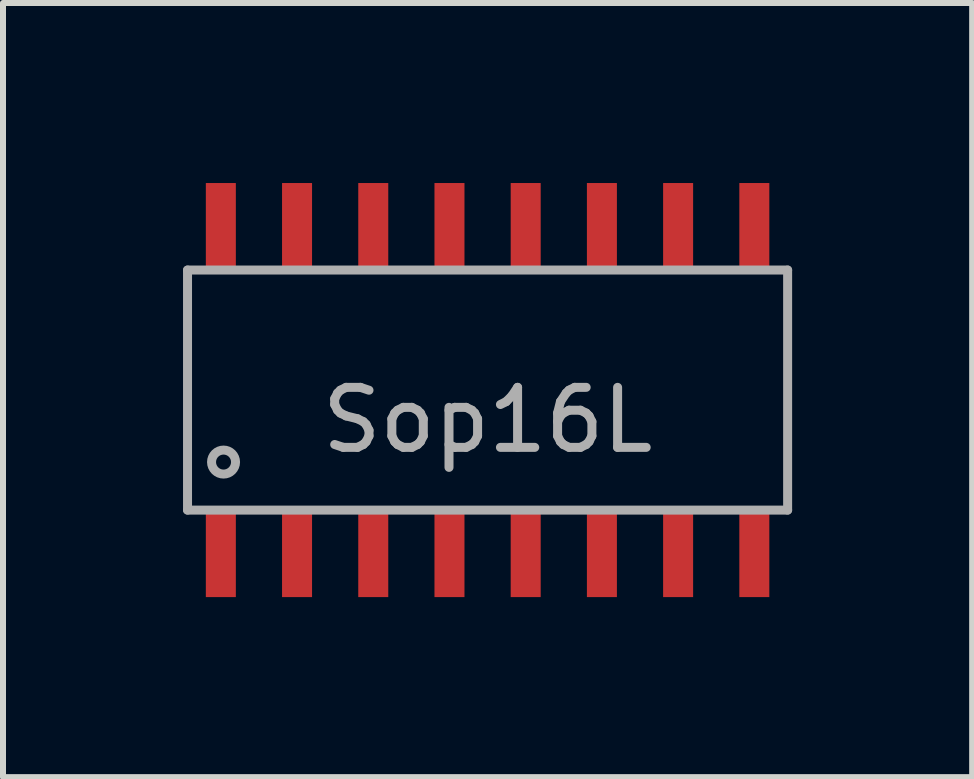
<source format=kicad_pcb>
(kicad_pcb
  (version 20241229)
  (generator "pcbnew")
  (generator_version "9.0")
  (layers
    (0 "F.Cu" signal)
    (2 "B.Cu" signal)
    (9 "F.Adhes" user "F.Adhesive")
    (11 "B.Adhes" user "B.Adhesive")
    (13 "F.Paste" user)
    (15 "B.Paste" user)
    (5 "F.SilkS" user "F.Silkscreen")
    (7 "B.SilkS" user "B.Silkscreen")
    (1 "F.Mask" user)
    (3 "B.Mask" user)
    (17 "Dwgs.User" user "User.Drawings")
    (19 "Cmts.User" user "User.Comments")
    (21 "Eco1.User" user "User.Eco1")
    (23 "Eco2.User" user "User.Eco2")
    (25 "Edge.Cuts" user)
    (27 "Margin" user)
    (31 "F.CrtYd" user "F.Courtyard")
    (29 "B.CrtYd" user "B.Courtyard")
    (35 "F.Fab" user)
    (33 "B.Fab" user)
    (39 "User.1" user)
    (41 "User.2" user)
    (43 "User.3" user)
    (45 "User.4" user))
  (footprint "Sop16L"
    (layer "F.Cu")
    (at 5.075 3.45)
    (property "Reference" "Sop16L" (at 0 0.5 0) (layer "F.Fab") (effects (font (size 1 1) (thickness 0.15))))
    (attr through_hole)
    (fp_line (start -5 -2) (end 5 -2) (stroke (width 0.15) (type solid)) (layer "F.Fab"))
    (fp_line (start -5 2) (end -5 -2) (stroke (width 0.15) (type solid)) (layer "F.Fab"))
    (fp_line (start 5 -2) (end 5 2) (stroke (width 0.15) (type solid)) (layer "F.Fab"))
    (fp_line (start 5 2) (end -5 2) (stroke (width 0.15) (type solid)) (layer "F.Fab"))
    (fp_circle (center -4.4 1.2) (end -4.4 1.4) (stroke (width 0.15) (type solid)) (fill no) (layer "F.Fab"))
    (pad "1" smd rect (at -4.445 2.7) (size 0.5 1.5) (layers "F.Cu" "F.Mask" "F.Paste"))
    (pad "2" smd rect (at -3.175 2.7) (size 0.5 1.5) (layers "F.Cu" "F.Mask" "F.Paste"))
    (pad "3" smd rect (at -1.905 2.7) (size 0.5 1.5) (layers "F.Cu" "F.Mask" "F.Paste"))
    (pad "4" smd rect (at -0.635 2.7) (size 0.5 1.5) (layers "F.Cu" "F.Mask" "F.Paste"))
    (pad "5" smd rect (at 0.635 2.7) (size 0.5 1.5) (layers "F.Cu" "F.Mask" "F.Paste"))
    (pad "6" smd rect (at 1.905 2.7) (size 0.5 1.5) (layers "F.Cu" "F.Mask" "F.Paste"))
    (pad "7" smd rect (at 3.175 2.7) (size 0.5 1.5) (layers "F.Cu" "F.Mask" "F.Paste"))
    (pad "8" smd rect (at 4.445 2.7) (size 0.5 1.5) (layers "F.Cu" "F.Mask" "F.Paste"))
    (pad "9" smd rect (at 4.445 -2.7) (size 0.5 1.5) (layers "F.Cu" "F.Mask" "F.Paste"))
    (pad "10" smd rect (at 3.175 -2.7) (size 0.5 1.5) (layers "F.Cu" "F.Mask" "F.Paste"))
    (pad "11" smd rect (at 1.905 -2.7) (size 0.5 1.5) (layers "F.Cu" "F.Mask" "F.Paste"))
    (pad "12" smd rect (at 0.635 -2.7) (size 0.5 1.5) (layers "F.Cu" "F.Mask" "F.Paste"))
    (pad "13" smd rect (at -0.635 -2.7) (size 0.5 1.5) (layers "F.Cu" "F.Mask" "F.Paste"))
    (pad "14" smd rect (at -1.905 -2.7) (size 0.5 1.5) (layers "F.Cu" "F.Mask" "F.Paste"))
    (pad "15" smd rect (at -3.175 -2.7) (size 0.5 1.5) (layers "F.Cu" "F.Mask" "F.Paste"))
    (pad "16" smd rect (at -4.445 -2.7) (size 0.5 1.5) (layers "F.Cu" "F.Mask" "F.Paste")))
  (gr_rect
    (start -3 -3)
    (end 13.15 9.9)
    (stroke (width 0.1) (type default))
    (fill no)
    (layer "Edge.Cuts")))
</source>
